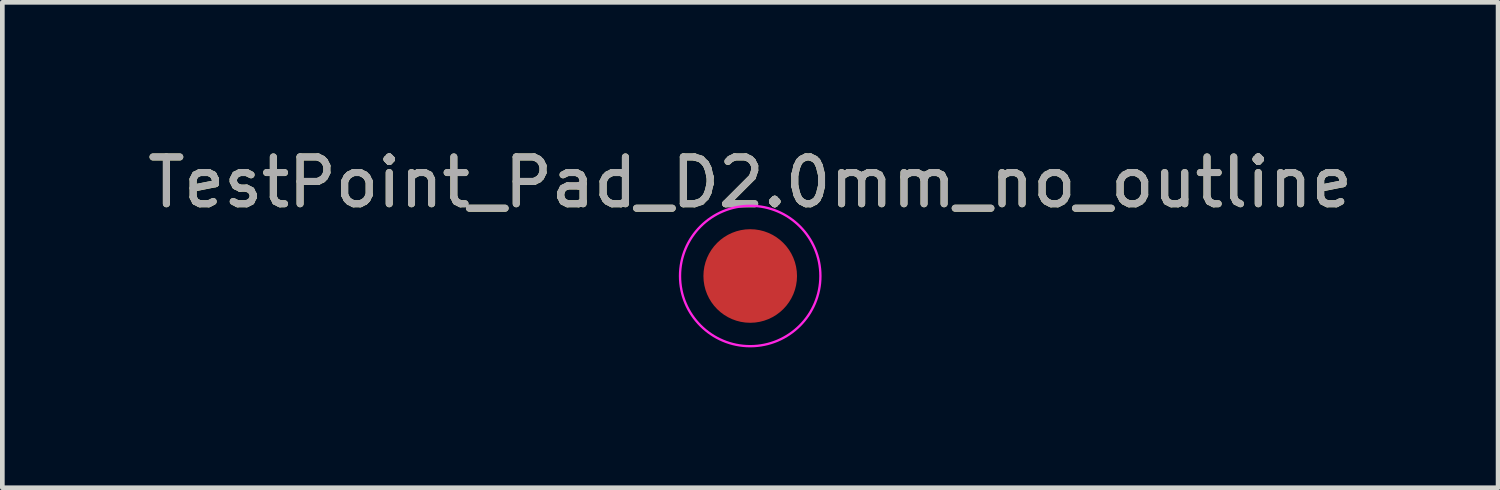
<source format=kicad_pcb>
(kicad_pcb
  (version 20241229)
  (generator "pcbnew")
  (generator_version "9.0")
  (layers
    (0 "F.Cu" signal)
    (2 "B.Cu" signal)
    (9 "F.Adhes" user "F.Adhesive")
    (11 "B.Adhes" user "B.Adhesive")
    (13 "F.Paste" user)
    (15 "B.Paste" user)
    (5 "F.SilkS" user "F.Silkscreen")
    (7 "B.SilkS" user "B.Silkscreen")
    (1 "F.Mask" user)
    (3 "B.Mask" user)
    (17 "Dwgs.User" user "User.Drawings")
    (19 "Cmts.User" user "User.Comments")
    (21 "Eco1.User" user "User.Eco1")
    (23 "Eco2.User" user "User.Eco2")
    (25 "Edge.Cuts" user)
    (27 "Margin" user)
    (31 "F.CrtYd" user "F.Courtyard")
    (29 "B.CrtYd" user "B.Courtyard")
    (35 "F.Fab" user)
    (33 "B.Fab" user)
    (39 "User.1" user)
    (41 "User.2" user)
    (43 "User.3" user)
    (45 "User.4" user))
  (footprint "TestPoint_Pad_D2.0mm_no_outline"
    (layer "F.Cu")
    (at 12.982 2.848)
    (property "Reference" "TestPoint_Pad_D2.0mm_no_outline" (at 0 -1.998 0) (layer "F.SilkS") (effects (font (size 1 1) (thickness 0.15))))
    (attr exclude_from_pos_files exclude_from_bom)
    (fp_circle (center 0 0) (end 1.5 0) (stroke (width 0.05) (type solid)) (fill no) (layer "F.CrtYd"))
    (fp_text user "${REFERENCE}" (at 0 -2 0) (layer "F.Fab") (effects (font (size 1 1) (thickness 0.15))))
    (pad "1" smd circle (at 0 0) (size 2 2) (layers "F.Cu" "F.Mask")))
  (gr_rect
    (start -3 -3)
    (end 28.964 7.373)
    (stroke (width 0.1) (type default))
    (fill no)
    (layer "Edge.Cuts")))
</source>
